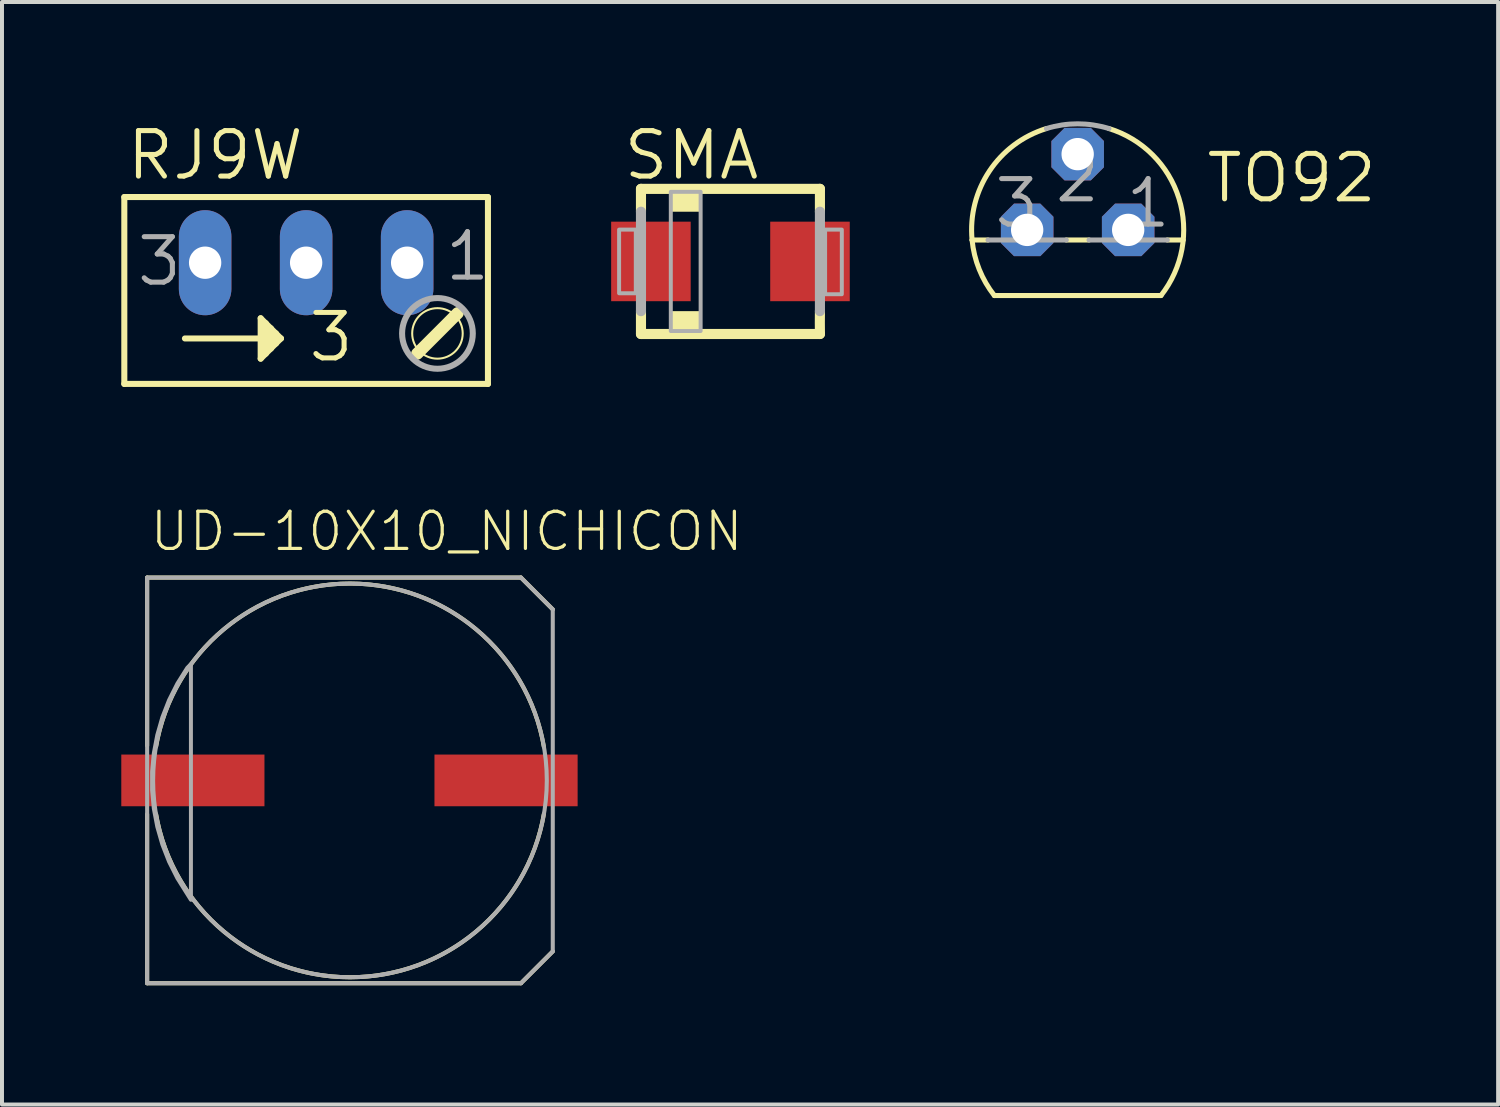
<source format=kicad_pcb>
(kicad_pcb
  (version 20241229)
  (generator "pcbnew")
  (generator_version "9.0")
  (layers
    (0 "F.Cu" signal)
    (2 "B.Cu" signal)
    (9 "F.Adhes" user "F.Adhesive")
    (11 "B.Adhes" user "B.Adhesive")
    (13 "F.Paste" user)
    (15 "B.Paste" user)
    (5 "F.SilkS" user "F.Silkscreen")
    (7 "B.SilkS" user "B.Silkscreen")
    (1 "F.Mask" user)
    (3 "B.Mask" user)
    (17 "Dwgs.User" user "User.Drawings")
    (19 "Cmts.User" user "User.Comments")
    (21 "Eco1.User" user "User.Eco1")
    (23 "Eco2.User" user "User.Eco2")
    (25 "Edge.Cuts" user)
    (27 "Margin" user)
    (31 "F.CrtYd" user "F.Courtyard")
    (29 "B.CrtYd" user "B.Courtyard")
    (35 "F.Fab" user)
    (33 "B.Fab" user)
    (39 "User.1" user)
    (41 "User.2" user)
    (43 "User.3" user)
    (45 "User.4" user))
  (footprint "SMA"
    (layer "F.Cu")
    (at 15.318 3.524)
    (property "Reference" "SMA" (at -2.75 -2 0) (layer "F.SilkS") (effects (font (size 1.143 1.143) (thickness 0.127)) (justify left bottom)))
    (fp_line (start -2.25 -1.825) (end -2.25 -1.25) (stroke (width 0.254) (type solid)) (layer "F.SilkS"))
    (fp_line (start -2.25 -1.825) (end 2.25 -1.825) (stroke (width 0.254) (type solid)) (layer "F.SilkS"))
    (fp_line (start -2.25 1.825) (end -2.25 1.25) (stroke (width 0.254) (type solid)) (layer "F.SilkS"))
    (fp_line (start 2.25 -1.825) (end 2.25 -1.25) (stroke (width 0.254) (type solid)) (layer "F.SilkS"))
    (fp_line (start 2.25 1.825) (end -2.25 1.825) (stroke (width 0.254) (type solid)) (layer "F.SilkS"))
    (fp_arc (start 2.25 1.825) (mid 2.247611 1.5375) (end 2.25 1.25) (stroke (width 0.254) (type solid)) (layer "F.SilkS"))
    (fp_poly (pts (xy -1.5 -1.25) (xy -0.75 -1.25) (xy -0.75 -1.75) (xy -1.5 -1.75)) (stroke (width 0) (type solid)) (fill yes) (layer "F.SilkS"))
    (fp_poly (pts (xy -1.5 1.75) (xy -0.75 1.75) (xy -0.75 1.25) (xy -1.5 1.25)) (stroke (width 0) (type solid)) (fill yes) (layer "F.SilkS"))
    (fp_line (start -2.25 1.25) (end -2.25 -1.25) (stroke (width 0.254) (type solid)) (layer "F.Fab"))
    (fp_line (start 2.25 -1.25) (end 2.25 1.25) (stroke (width 0.254) (type solid)) (layer "F.Fab"))
    (fp_poly (pts (xy -2.8 0.8) (xy -2.38 0.8) (xy -2.38 -0.8) (xy -2.8 -0.8)) (stroke (width 0.1) (type solid)) (fill no) (layer "F.Fab"))
    (fp_poly (pts (xy -1.5 1.75) (xy -0.75 1.75) (xy -0.75 -1.75) (xy -1.5 -1.75)) (stroke (width 0.1) (type solid)) (fill no) (layer "F.Fab"))
    (fp_poly (pts (xy 2.38 0.825) (xy 2.8 0.825) (xy 2.8 -0.8) (xy 2.38 -0.8)) (stroke (width 0.1) (type solid)) (fill no) (layer "F.Fab"))
    (pad "A" smd rect (at 2 0) (size 2 2) (layers "F.Cu" "F.Mask" "F.Paste"))
    (pad "C" smd rect (at -2 0) (size 2 2) (layers "F.Cu" "F.Mask" "F.Paste")))
  (footprint "TO92"
    (layer "F.Cu")
    (at 24.049 2.731)
    (property "Reference" "TO92" (at 3.175 -0.635 0) (layer "F.SilkS") (effects (font (size 1.143 1.143) (thickness 0.127)) (justify left bottom)))
    (fp_line (start -2.655 0.254) (end -2.254 0.254) (stroke (width 0.127) (type solid)) (layer "F.SilkS"))
    (fp_line (start -2.095 1.651) (end 2.095 1.651) (stroke (width 0.127) (type solid)) (layer "F.SilkS"))
    (fp_line (start -0.286 0.254) (end 0.286 0.254) (stroke (width 0.127) (type solid)) (layer "F.SilkS"))
    (fp_line (start 2.254 0.254) (end 2.655 0.254) (stroke (width 0.127) (type solid)) (layer "F.SilkS"))
    (fp_arc (start -2.6549 0.254) (mid -2.219001 -1.479566) (end -0.786299 -2.548501) (stroke (width 0.127) (type solid)) (layer "F.SilkS"))
    (fp_arc (start -2.0946 1.651) (mid -2.475347 0.992847) (end -2.654901 0.254) (stroke (width 0.127) (type solid)) (layer "F.SilkS"))
    (fp_arc (start 0.7863 -2.5484) (mid 2.546275 -0.793203) (end 2.094499 1.651) (stroke (width 0.127) (type solid)) (layer "F.SilkS"))
    (fp_line (start -2.254 0.254) (end -0.286 0.254) (stroke (width 0.127) (type solid)) (layer "F.Fab"))
    (fp_line (start 0.286 0.254) (end 2.254 0.254) (stroke (width 0.127) (type solid)) (layer "F.Fab"))
    (fp_arc (start -0.7863 -2.5485) (mid 0 -2.667043) (end 0.7863 -2.5485) (stroke (width 0.127) (type solid)) (layer "F.Fab"))
    (fp_text user "2" (at -0.635 -0.635 0) (layer "F.Fab") (effects (font (size 1.143 1.143) (thickness 0.127)) (justify left bottom)))
    (fp_text user "1" (at 1.143 0 0) (layer "F.Fab") (effects (font (size 1.143 1.143) (thickness 0.127)) (justify left bottom)))
    (fp_text user "3" (at -2.159 0 0) (layer "F.Fab") (effects (font (size 1.143 1.143) (thickness 0.127)) (justify left bottom)))
    (pad "1" thru_hole roundrect (at 1.27 0) (size 1.321 1.321) (drill 0.813) (layers "*.Cu" "*.Mask") (roundrect_rratio 0.25) (chamfer_ratio 0.25) (chamfer top_left top_right bottom_left bottom_right))
    (pad "2" thru_hole roundrect (at 0 -1.905) (size 1.321 1.321) (drill 0.813) (layers "*.Cu" "*.Mask") (roundrect_rratio 0.25) (chamfer_ratio 0.25) (chamfer top_left top_right bottom_left bottom_right))
    (pad "3" thru_hole roundrect (at -1.27 0) (size 1.321 1.321) (drill 0.813) (layers "*.Cu" "*.Mask") (roundrect_rratio 0.25) (chamfer_ratio 0.25) (chamfer top_left top_right bottom_left bottom_right)))
  (footprint "UD-10X10_NICHICON"
    (layer "F.Cu")
    (at 5.75 16.574)
    (property "Reference" "UD-10X10_NICHICON" (at -5.08 -5.715 0) (layer "F.SilkS") (effects (font (size 0.935 0.935) (thickness 0.081)) (justify left bottom)))
    (fp_line (start -5.1 -5.1) (end 4.3 -5.1) (stroke (width 0.102) (type solid)) (layer "F.SilkS"))
    (fp_line (start -5.1 -0.875) (end -5.1 -5.1) (stroke (width 0.102) (type solid)) (layer "F.SilkS"))
    (fp_line (start -5.1 5.1) (end -5.1 0.85) (stroke (width 0.102) (type solid)) (layer "F.SilkS"))
    (fp_line (start 4.3 -5.1) (end 5.1 -4.3) (stroke (width 0.102) (type solid)) (layer "F.SilkS"))
    (fp_line (start 4.3 5.1) (end -5.1 5.1) (stroke (width 0.102) (type solid)) (layer "F.SilkS"))
    (fp_line (start 5.1 4.3) (end 4.3 5.1) (stroke (width 0.102) (type solid)) (layer "F.SilkS"))
    (fp_arc (start -4.875 -0.85) (mid 0.000001 -4.950038) (end 4.875 -0.849998) (stroke (width 0.1016) (type solid)) (layer "F.SilkS"))
    (fp_arc (start 4.875 0.85) (mid -0.000001 4.950038) (end -4.875 0.849998) (stroke (width 0.1016) (type solid)) (layer "F.SilkS"))
    (fp_line (start -5.1 -5.1) (end 4.3 -5.1) (stroke (width 0.102) (type solid)) (layer "F.Fab"))
    (fp_line (start -5.1 5.1) (end -5.1 -5.1) (stroke (width 0.102) (type solid)) (layer "F.Fab"))
    (fp_line (start 4.3 -5.1) (end 5.1 -4.3) (stroke (width 0.102) (type solid)) (layer "F.Fab"))
    (fp_line (start 4.3 5.1) (end -5.1 5.1) (stroke (width 0.102) (type solid)) (layer "F.Fab"))
    (fp_line (start 5.1 -4.3) (end 5.1 4.3) (stroke (width 0.102) (type solid)) (layer "F.Fab"))
    (fp_line (start 5.1 4.3) (end 4.3 5.1) (stroke (width 0.102) (type solid)) (layer "F.Fab"))
    (fp_circle (center 0 0) (end 4.95 0) (stroke (width 0.102) (type solid)) (fill no) (layer "F.Fab"))
    (fp_poly (pts (xy -3.999 3.002) (xy -4.339 2.46) (xy -4.548 2.045) (xy -4.717 1.612) (xy -4.845 1.165) (xy -4.932 0.708) (xy -4.975 0.245) (xy -4.975 -0.22) (xy -4.932 -0.683) (xy -4.845 -1.14) (xy -4.717 -1.587) (xy -4.548 -2.02) (xy -4.339 -2.435) (xy -4.09 -2.832) (xy -3.999 -2.923)) (stroke (width 0.1) (type solid)) (fill no) (layer "F.Fab"))
    (pad "+" smd rect (at 3.925 0) (size 3.6 1.3) (layers "F.Cu" "F.Mask" "F.Paste"))
    (pad "-" smd rect (at -3.95 0) (size 3.6 1.3) (layers "F.Cu" "F.Mask" "F.Paste")))
  (footprint "RJ9W"
    (layer "F.Cu")
    (at 4.648 4.191)
    (property "Reference" "RJ9W" (at -4.572 -2.667 0) (layer "F.SilkS") (effects (font (size 1.143 1.143) (thickness 0.127)) (justify left bottom)))
    (fp_line (start -4.572 2.413) (end -4.572 -2.286) (stroke (width 0.152) (type solid)) (layer "F.SilkS"))
    (fp_line (start -4.572 2.413) (end 4.572 2.413) (stroke (width 0.152) (type solid)) (layer "F.SilkS"))
    (fp_line (start -3.048 1.27) (end -1.016 1.27) (stroke (width 0.152) (type solid)) (layer "F.SilkS"))
    (fp_line (start -1.143 0.762) (end -1.143 1.778) (stroke (width 0.152) (type solid)) (layer "F.SilkS"))
    (fp_line (start -1.143 1.778) (end -1.016 1.651) (stroke (width 0.152) (type solid)) (layer "F.SilkS"))
    (fp_line (start -1.016 0.889) (end -1.143 0.762) (stroke (width 0.152) (type solid)) (layer "F.SilkS"))
    (fp_line (start -1.016 1.27) (end -1.016 0.889) (stroke (width 0.152) (type solid)) (layer "F.SilkS"))
    (fp_line (start -1.016 1.651) (end -1.016 1.27) (stroke (width 0.152) (type solid)) (layer "F.SilkS"))
    (fp_line (start -0.889 1.016) (end -1.016 0.889) (stroke (width 0.152) (type solid)) (layer "F.SilkS"))
    (fp_line (start -0.889 1.524) (end -1.016 1.651) (stroke (width 0.152) (type solid)) (layer "F.SilkS"))
    (fp_line (start -0.889 1.524) (end -0.889 1.016) (stroke (width 0.152) (type solid)) (layer "F.SilkS"))
    (fp_line (start -0.762 1.143) (end -0.889 1.016) (stroke (width 0.152) (type solid)) (layer "F.SilkS"))
    (fp_line (start -0.762 1.397) (end -0.889 1.524) (stroke (width 0.152) (type solid)) (layer "F.SilkS"))
    (fp_line (start -0.762 1.397) (end -0.762 1.143) (stroke (width 0.152) (type solid)) (layer "F.SilkS"))
    (fp_line (start -0.635 1.27) (end -1.016 1.27) (stroke (width 0.152) (type solid)) (layer "F.SilkS"))
    (fp_line (start -0.635 1.27) (end -0.762 1.143) (stroke (width 0.152) (type solid)) (layer "F.SilkS"))
    (fp_line (start -0.635 1.27) (end -0.762 1.397) (stroke (width 0.152) (type solid)) (layer "F.SilkS"))
    (fp_line (start 3.81 0.635) (end 2.794 1.651) (stroke (width 0.305) (type solid)) (layer "F.SilkS"))
    (fp_line (start 4.572 -2.286) (end -4.572 -2.286) (stroke (width 0.152) (type solid)) (layer "F.SilkS"))
    (fp_line (start 4.572 -2.286) (end 4.572 2.413) (stroke (width 0.152) (type solid)) (layer "F.SilkS"))
    (fp_circle (center 3.302 1.143) (end 3.937 1.143) (stroke (width 0.051) (type solid)) (fill no) (layer "F.SilkS"))
    (fp_circle (center 3.302 1.143) (end 4.191 1.143) (stroke (width 0.152) (type solid)) (fill no) (layer "F.Fab"))
    (fp_text user "3" (at 0 1.905 0) (layer "F.SilkS") (effects (font (size 1.143 1.143) (thickness 0.127)) (justify left bottom)))
    (fp_text user "1" (at 3.429 -0.127 0) (layer "F.Fab") (effects (font (size 1.143 1.143) (thickness 0.127)) (justify left bottom)))
    (fp_text user "3" (at -4.318 0 0) (layer "F.Fab") (effects (font (size 1.143 1.143) (thickness 0.127)) (justify left bottom)))
    (pad "A" thru_hole oval (at 2.54 -0.635 90) (size 2.642 1.321) (drill 0.813) (layers "*.Cu" "*.Mask"))
    (pad "E" thru_hole oval (at -2.54 -0.635 90) (size 2.642 1.321) (drill 0.813) (layers "*.Cu" "*.Mask"))
    (pad "S" thru_hole oval (at 0 -0.635 90) (size 2.642 1.321) (drill 0.813) (layers "*.Cu" "*.Mask")))
  (gr_rect
    (start -3 -3)
    (end 34.622 24.725)
    (stroke (width 0.1) (type default))
    (fill no)
    (layer "Edge.Cuts")))
</source>
